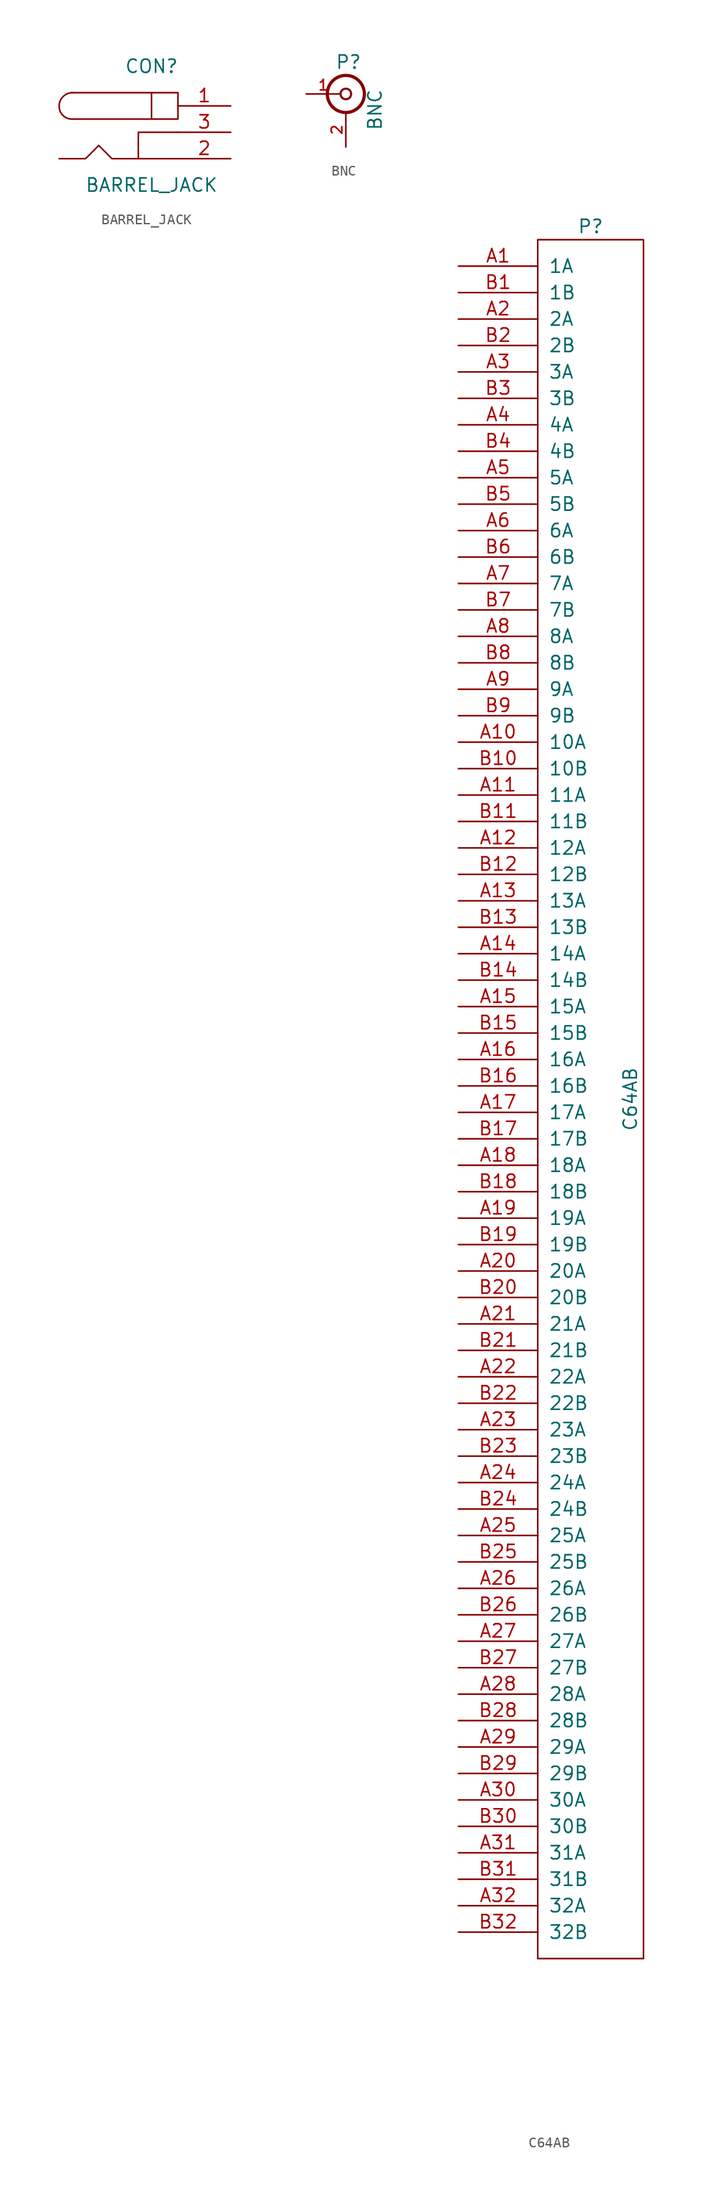
<source format=kicad_sym>
(kicad_symbol_lib
  (version 20211014)
  (generator kicad_symbol_editor)
  (symbol "BARREL_JACK"
    (pin_names
      (offset 1.016))
    (property "Reference" "CON"
      (at 0 6.35 0)
      (effects (font (size 1.27 1.27))))
    (property "Value" "BARREL_JACK"
      (at 0 -5.08 0)
      (effects (font (size 1.27 1.27))))
    (property "Footprint" ""
      (at 0 0 0)
      (effects (font (size 1.27 1.27))))
    (property "Datasheet" ""
      (at 0 0 0)
      (effects (font (size 1.27 1.27))))
    (symbol "BARREL_JACK_0_1"
      (arc (start -8.89 2.54) (mid -8.5271 1.6254) (end -7.62 1.27) (stroke (width 0) (type default) (color 0 0 0 0)) (fill (type none)))
      (arc (start -7.62 3.81) (mid -8.5088 3.4366) (end -8.89 2.54) (stroke (width 0) (type default) (color 0 0 0 0)) (fill (type none)))
      (polyline (pts (xy -7.62 1.27) (xy 0 1.27)) (stroke (width 0) (type default) (color 0 0 0 0)) (fill (type none)))
      (polyline (pts (xy 0 3.81) (xy -7.62 3.81)) (stroke (width 0) (type default) (color 0 0 0 0)) (fill (type none)))
      (polyline (pts (xy 2.54 0) (xy -1.27 0) (xy -1.27 -2.54)) (stroke (width 0) (type default) (color 0 0 0 0)) (fill (type none)))
      (polyline (pts (xy 2.54 -2.54) (xy -3.81 -2.54) (xy -5.08 -1.27) (xy -6.35 -2.54) (xy -8.89 -2.54)) (stroke (width 0) (type default) (color 0 0 0 0)) (fill (type none)))
      (rectangle (start 2.54 3.81) (end 0 1.27) (stroke (width 0) (type default) (color 0 0 0 0)) (fill (type none))))
    (symbol "BARREL_JACK_1_1"
      (pin passive line (at 7.62 2.54 180) (length 5.08) (name "~" (effects (font (size 1.27 1.27)))) (number "1" (effects (font (size 1.27 1.27)))))
      (pin passive line (at 7.62 -2.54 180) (length 5.08) (name "~" (effects (font (size 1.27 1.27)))) (number "2" (effects (font (size 1.27 1.27)))))
      (pin passive line (at 7.62 0 180) (length 5.08) (name "~" (effects (font (size 1.27 1.27)))) (number "3" (effects (font (size 1.27 1.27)))))))
  (symbol "BNC"
    (pin_names
      (offset 1.016) hide)
    (property "Reference" "P"
      (at 0.254 3.048 0)
      (effects (font (size 1.27 1.27))))
    (property "Value" "BNC"
      (at 2.794 -1.524 90)
      (effects (font (size 1.27 1.27))))
    (property "Footprint" ""
      (at 0 0 0)
      (effects (font (size 1.27 1.27))))
    (property "Datasheet" ""
      (at 0 0 0)
      (effects (font (size 1.27 1.27))))
    (symbol "BNC_0_1"
      (circle (center 0 0) (radius 0.508) (stroke (width 0.203) (type default) (color 0 0 0 0)) (fill (type none)))
      (circle (center 0 0) (radius 1.778) (stroke (width 0.305) (type default) (color 0 0 0 0)) (fill (type none))))
    (symbol "BNC_1_1"
      (pin passive line (at -3.81 0 0) (length 3.302) (name "In" (effects (font (size 1.016 1.016)))) (number "1" (effects (font (size 1.016 1.016)))))
      (pin passive line (at 0 -5.08 90) (length 3.302) (name "Ext" (effects (font (size 1.016 1.016)))) (number "2" (effects (font (size 1.016 1.016)))))))
  (symbol "C64AB"
    (pin_names
      (offset 1.016))
    (property "Reference" "P"
      (at 0 83.82 0)
      (effects (font (size 1.27 1.27))))
    (property "Value" "C64AB"
      (at 3.81 0 90)
      (effects (font (size 1.27 1.27))))
    (property "Footprint" ""
      (at 0 0 0)
      (effects (font (size 1.27 1.27))))
    (property "Datasheet" ""
      (at 0 0 0)
      (effects (font (size 1.27 1.27))))
    (symbol "C64AB_0_1"
      (rectangle (start -5.08 -82.55) (end 5.08 82.55) (stroke (width 0) (type default) (color 0 0 0 0)) (fill (type none))))
    (symbol "C64AB_1_1"
      (pin passive line (at -12.7 80.01 0) (length 7.62) (name "1A" (effects (font (size 1.27 1.27)))) (number "A1" (effects (font (size 1.27 1.27)))))
      (pin passive line (at -12.7 34.29 0) (length 7.62) (name "10A" (effects (font (size 1.27 1.27)))) (number "A10" (effects (font (size 1.27 1.27)))))
      (pin passive line (at -12.7 29.21 0) (length 7.62) (name "11A" (effects (font (size 1.27 1.27)))) (number "A11" (effects (font (size 1.27 1.27)))))
      (pin passive line (at -12.7 24.13 0) (length 7.62) (name "12A" (effects (font (size 1.27 1.27)))) (number "A12" (effects (font (size 1.27 1.27)))))
      (pin passive line (at -12.7 19.05 0) (length 7.62) (name "13A" (effects (font (size 1.27 1.27)))) (number "A13" (effects (font (size 1.27 1.27)))))
      (pin passive line (at -12.7 13.97 0) (length 7.62) (name "14A" (effects (font (size 1.27 1.27)))) (number "A14" (effects (font (size 1.27 1.27)))))
      (pin passive line (at -12.7 8.89 0) (length 7.62) (name "15A" (effects (font (size 1.27 1.27)))) (number "A15" (effects (font (size 1.27 1.27)))))
      (pin passive line (at -12.7 3.81 0) (length 7.62) (name "16A" (effects (font (size 1.27 1.27)))) (number "A16" (effects (font (size 1.27 1.27)))))
      (pin passive line (at -12.7 -1.27 0) (length 7.62) (name "17A" (effects (font (size 1.27 1.27)))) (number "A17" (effects (font (size 1.27 1.27)))))
      (pin passive line (at -12.7 -6.35 0) (length 7.62) (name "18A" (effects (font (size 1.27 1.27)))) (number "A18" (effects (font (size 1.27 1.27)))))
      (pin passive line (at -12.7 -11.43 0) (length 7.62) (name "19A" (effects (font (size 1.27 1.27)))) (number "A19" (effects (font (size 1.27 1.27)))))
      (pin passive line (at -12.7 74.93 0) (length 7.62) (name "2A" (effects (font (size 1.27 1.27)))) (number "A2" (effects (font (size 1.27 1.27)))))
      (pin passive line (at -12.7 -16.51 0) (length 7.62) (name "20A" (effects (font (size 1.27 1.27)))) (number "A20" (effects (font (size 1.27 1.27)))))
      (pin passive line (at -12.7 -21.59 0) (length 7.62) (name "21A" (effects (font (size 1.27 1.27)))) (number "A21" (effects (font (size 1.27 1.27)))))
      (pin passive line (at -12.7 -26.67 0) (length 7.62) (name "22A" (effects (font (size 1.27 1.27)))) (number "A22" (effects (font (size 1.27 1.27)))))
      (pin passive line (at -12.7 -31.75 0) (length 7.62) (name "23A" (effects (font (size 1.27 1.27)))) (number "A23" (effects (font (size 1.27 1.27)))))
      (pin passive line (at -12.7 -36.83 0) (length 7.62) (name "24A" (effects (font (size 1.27 1.27)))) (number "A24" (effects (font (size 1.27 1.27)))))
      (pin passive line (at -12.7 -41.91 0) (length 7.62) (name "25A" (effects (font (size 1.27 1.27)))) (number "A25" (effects (font (size 1.27 1.27)))))
      (pin passive line (at -12.7 -46.99 0) (length 7.62) (name "26A" (effects (font (size 1.27 1.27)))) (number "A26" (effects (font (size 1.27 1.27)))))
      (pin passive line (at -12.7 -52.07 0) (length 7.62) (name "27A" (effects (font (size 1.27 1.27)))) (number "A27" (effects (font (size 1.27 1.27)))))
      (pin passive line (at -12.7 -57.15 0) (length 7.62) (name "28A" (effects (font (size 1.27 1.27)))) (number "A28" (effects (font (size 1.27 1.27)))))
      (pin passive line (at -12.7 -62.23 0) (length 7.62) (name "29A" (effects (font (size 1.27 1.27)))) (number "A29" (effects (font (size 1.27 1.27)))))
      (pin passive line (at -12.7 69.85 0) (length 7.62) (name "3A" (effects (font (size 1.27 1.27)))) (number "A3" (effects (font (size 1.27 1.27)))))
      (pin passive line (at -12.7 -67.31 0) (length 7.62) (name "30A" (effects (font (size 1.27 1.27)))) (number "A30" (effects (font (size 1.27 1.27)))))
      (pin passive line (at -12.7 -72.39 0) (length 7.62) (name "31A" (effects (font (size 1.27 1.27)))) (number "A31" (effects (font (size 1.27 1.27)))))
      (pin passive line (at -12.7 -77.47 0) (length 7.62) (name "32A" (effects (font (size 1.27 1.27)))) (number "A32" (effects (font (size 1.27 1.27)))))
      (pin passive line (at -12.7 64.77 0) (length 7.62) (name "4A" (effects (font (size 1.27 1.27)))) (number "A4" (effects (font (size 1.27 1.27)))))
      (pin passive line (at -12.7 59.69 0) (length 7.62) (name "5A" (effects (font (size 1.27 1.27)))) (number "A5" (effects (font (size 1.27 1.27)))))
      (pin passive line (at -12.7 54.61 0) (length 7.62) (name "6A" (effects (font (size 1.27 1.27)))) (number "A6" (effects (font (size 1.27 1.27)))))
      (pin passive line (at -12.7 49.53 0) (length 7.62) (name "7A" (effects (font (size 1.27 1.27)))) (number "A7" (effects (font (size 1.27 1.27)))))
      (pin passive line (at -12.7 44.45 0) (length 7.62) (name "8A" (effects (font (size 1.27 1.27)))) (number "A8" (effects (font (size 1.27 1.27)))))
      (pin passive line (at -12.7 39.37 0) (length 7.62) (name "9A" (effects (font (size 1.27 1.27)))) (number "A9" (effects (font (size 1.27 1.27)))))
      (pin passive line (at -12.7 77.47 0) (length 7.62) (name "1B" (effects (font (size 1.27 1.27)))) (number "B1" (effects (font (size 1.27 1.27)))))
      (pin passive line (at -12.7 31.75 0) (length 7.62) (name "10B" (effects (font (size 1.27 1.27)))) (number "B10" (effects (font (size 1.27 1.27)))))
      (pin passive line (at -12.7 26.67 0) (length 7.62) (name "11B" (effects (font (size 1.27 1.27)))) (number "B11" (effects (font (size 1.27 1.27)))))
      (pin passive line (at -12.7 21.59 0) (length 7.62) (name "12B" (effects (font (size 1.27 1.27)))) (number "B12" (effects (font (size 1.27 1.27)))))
      (pin passive line (at -12.7 16.51 0) (length 7.62) (name "13B" (effects (font (size 1.27 1.27)))) (number "B13" (effects (font (size 1.27 1.27)))))
      (pin passive line (at -12.7 11.43 0) (length 7.62) (name "14B" (effects (font (size 1.27 1.27)))) (number "B14" (effects (font (size 1.27 1.27)))))
      (pin passive line (at -12.7 6.35 0) (length 7.62) (name "15B" (effects (font (size 1.27 1.27)))) (number "B15" (effects (font (size 1.27 1.27)))))
      (pin passive line (at -12.7 1.27 0) (length 7.62) (name "16B" (effects (font (size 1.27 1.27)))) (number "B16" (effects (font (size 1.27 1.27)))))
      (pin passive line (at -12.7 -3.81 0) (length 7.62) (name "17B" (effects (font (size 1.27 1.27)))) (number "B17" (effects (font (size 1.27 1.27)))))
      (pin passive line (at -12.7 -8.89 0) (length 7.62) (name "18B" (effects (font (size 1.27 1.27)))) (number "B18" (effects (font (size 1.27 1.27)))))
      (pin passive line (at -12.7 -13.97 0) (length 7.62) (name "19B" (effects (font (size 1.27 1.27)))) (number "B19" (effects (font (size 1.27 1.27)))))
      (pin passive line (at -12.7 72.39 0) (length 7.62) (name "2B" (effects (font (size 1.27 1.27)))) (number "B2" (effects (font (size 1.27 1.27)))))
      (pin passive line (at -12.7 -19.05 0) (length 7.62) (name "20B" (effects (font (size 1.27 1.27)))) (number "B20" (effects (font (size 1.27 1.27)))))
      (pin passive line (at -12.7 -24.13 0) (length 7.62) (name "21B" (effects (font (size 1.27 1.27)))) (number "B21" (effects (font (size 1.27 1.27)))))
      (pin passive line (at -12.7 -29.21 0) (length 7.62) (name "22B" (effects (font (size 1.27 1.27)))) (number "B22" (effects (font (size 1.27 1.27)))))
      (pin passive line (at -12.7 -34.29 0) (length 7.62) (name "23B" (effects (font (size 1.27 1.27)))) (number "B23" (effects (font (size 1.27 1.27)))))
      (pin passive line (at -12.7 -39.37 0) (length 7.62) (name "24B" (effects (font (size 1.27 1.27)))) (number "B24" (effects (font (size 1.27 1.27)))))
      (pin passive line (at -12.7 -44.45 0) (length 7.62) (name "25B" (effects (font (size 1.27 1.27)))) (number "B25" (effects (font (size 1.27 1.27)))))
      (pin passive line (at -12.7 -49.53 0) (length 7.62) (name "26B" (effects (font (size 1.27 1.27)))) (number "B26" (effects (font (size 1.27 1.27)))))
      (pin passive line (at -12.7 -54.61 0) (length 7.62) (name "27B" (effects (font (size 1.27 1.27)))) (number "B27" (effects (font (size 1.27 1.27)))))
      (pin passive line (at -12.7 -59.69 0) (length 7.62) (name "28B" (effects (font (size 1.27 1.27)))) (number "B28" (effects (font (size 1.27 1.27)))))
      (pin passive line (at -12.7 -64.77 0) (length 7.62) (name "29B" (effects (font (size 1.27 1.27)))) (number "B29" (effects (font (size 1.27 1.27)))))
      (pin passive line (at -12.7 67.31 0) (length 7.62) (name "3B" (effects (font (size 1.27 1.27)))) (number "B3" (effects (font (size 1.27 1.27)))))
      (pin passive line (at -12.7 -69.85 0) (length 7.62) (name "30B" (effects (font (size 1.27 1.27)))) (number "B30" (effects (font (size 1.27 1.27)))))
      (pin passive line (at -12.7 -74.93 0) (length 7.62) (name "31B" (effects (font (size 1.27 1.27)))) (number "B31" (effects (font (size 1.27 1.27)))))
      (pin passive line (at -12.7 -80.01 0) (length 7.62) (name "32B" (effects (font (size 1.27 1.27)))) (number "B32" (effects (font (size 1.27 1.27)))))
      (pin passive line (at -12.7 62.23 0) (length 7.62) (name "4B" (effects (font (size 1.27 1.27)))) (number "B4" (effects (font (size 1.27 1.27)))))
      (pin passive line (at -12.7 57.15 0) (length 7.62) (name "5B" (effects (font (size 1.27 1.27)))) (number "B5" (effects (font (size 1.27 1.27)))))
      (pin passive line (at -12.7 52.07 0) (length 7.62) (name "6B" (effects (font (size 1.27 1.27)))) (number "B6" (effects (font (size 1.27 1.27)))))
      (pin passive line (at -12.7 46.99 0) (length 7.62) (name "7B" (effects (font (size 1.27 1.27)))) (number "B7" (effects (font (size 1.27 1.27)))))
      (pin passive line (at -12.7 41.91 0) (length 7.62) (name "8B" (effects (font (size 1.27 1.27)))) (number "B8" (effects (font (size 1.27 1.27)))))
      (pin passive line (at -12.7 36.83 0) (length 7.62) (name "9B" (effects (font (size 1.27 1.27)))) (number "B9" (effects (font (size 1.27 1.27))))))))
</source>
